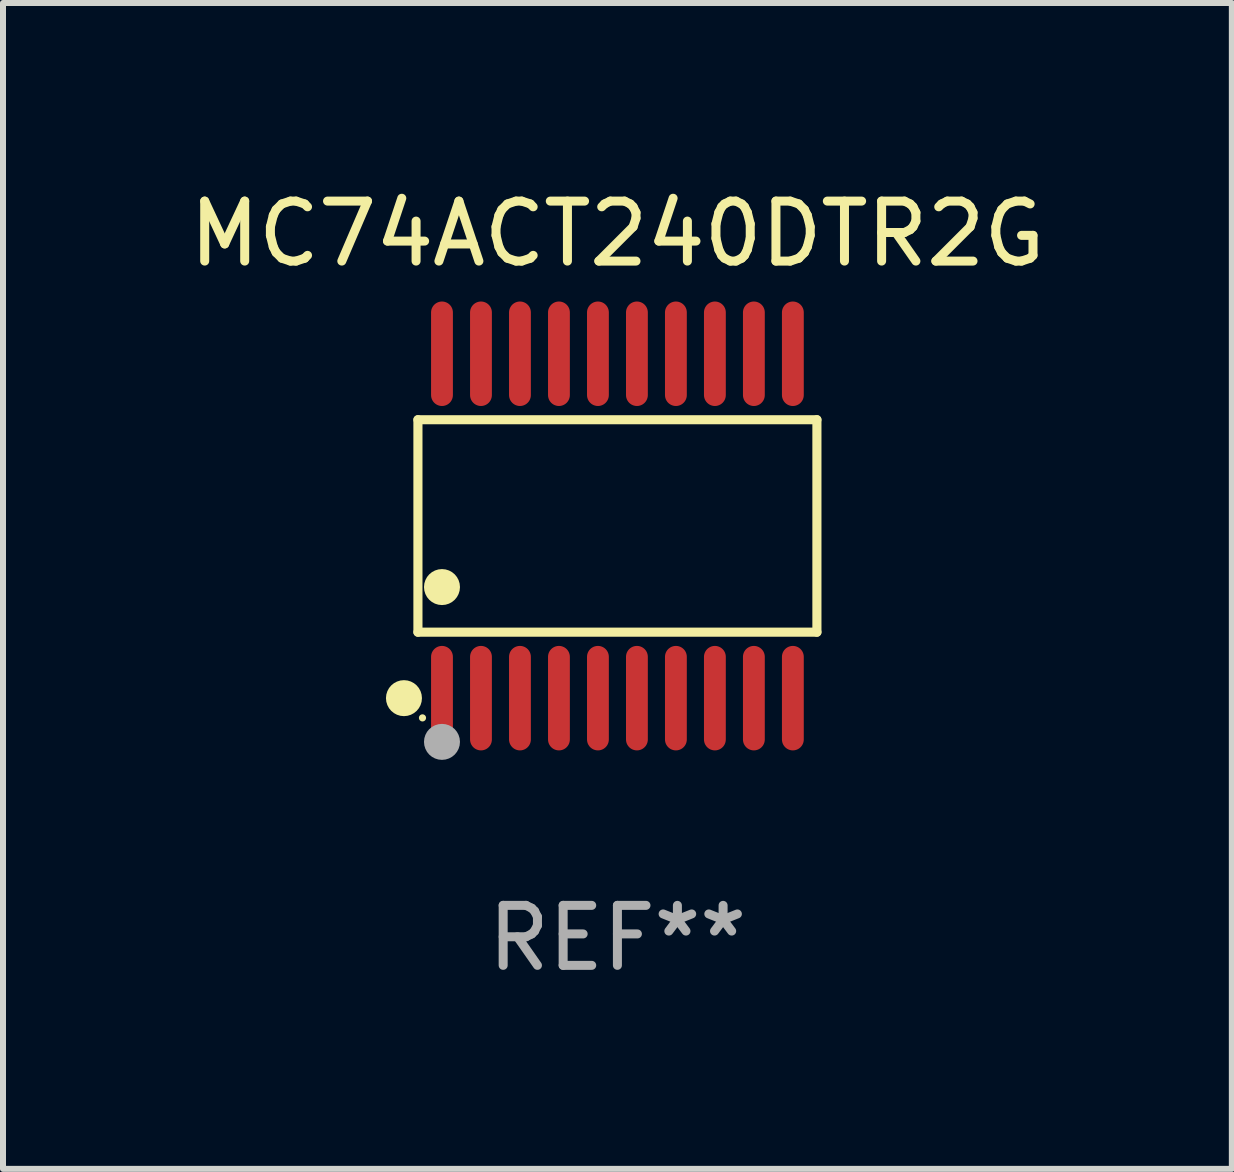
<source format=kicad_pcb>
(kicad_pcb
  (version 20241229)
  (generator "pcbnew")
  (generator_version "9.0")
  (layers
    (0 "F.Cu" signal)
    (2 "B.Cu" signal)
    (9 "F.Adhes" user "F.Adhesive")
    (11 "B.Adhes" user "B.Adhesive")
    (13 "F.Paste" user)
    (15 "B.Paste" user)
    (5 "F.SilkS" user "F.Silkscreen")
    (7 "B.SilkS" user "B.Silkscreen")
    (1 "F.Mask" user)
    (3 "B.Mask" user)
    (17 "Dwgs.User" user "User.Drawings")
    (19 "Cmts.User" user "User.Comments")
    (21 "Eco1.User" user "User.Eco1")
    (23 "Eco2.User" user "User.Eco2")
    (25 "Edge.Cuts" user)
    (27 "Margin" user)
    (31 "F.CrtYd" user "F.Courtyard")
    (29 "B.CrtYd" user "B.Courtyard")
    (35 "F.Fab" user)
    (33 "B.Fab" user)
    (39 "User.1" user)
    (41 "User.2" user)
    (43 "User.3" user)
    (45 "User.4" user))
  (footprint "MC74ACT240DTR2G"
    (layer "F.Cu")
    (at 7.244 5.719)
    (property "Reference" "MC74ACT240DTR2G" (at 0 -4.871 0) (layer "F.SilkS") (effects (font (size 1 1) (thickness 0.15))))
    (attr through_hole)
    (fp_line (start -3.326 -1.771) (end 3.326 -1.771) (stroke (width 0.152) (type solid)) (layer "F.SilkS"))
    (fp_line (start -3.326 1.771) (end -3.326 -1.771) (stroke (width 0.152) (type solid)) (layer "F.SilkS"))
    (fp_line (start 3.326 -1.771) (end 3.326 1.771) (stroke (width 0.152) (type solid)) (layer "F.SilkS"))
    (fp_line (start 3.326 1.771) (end -3.326 1.771) (stroke (width 0.152) (type solid)) (layer "F.SilkS"))
    (fp_circle (center -3.559 2.871) (end -3.409 2.871) (stroke (width 0.3) (type solid)) (fill no) (layer "F.SilkS"))
    (fp_circle (center -3.25 3.2) (end -3.22 3.2) (stroke (width 0.06) (type solid)) (fill no) (layer "F.SilkS"))
    (fp_circle (center -2.925 1.019) (end -2.775 1.019) (stroke (width 0.3) (type solid)) (fill no) (layer "F.SilkS"))
    (fp_circle (center -2.925 3.6) (end -2.775 3.6) (stroke (width 0.3) (type solid)) (fill no) (layer "F.Fab"))
    (fp_text user "REF**" (at 0 6.871 0) (layer "F.Fab") (effects (font (size 1 1) (thickness 0.15))))
    (pad "1" smd oval (at -2.925 2.871) (size 0.364 1.742) (layers "F.Cu" "F.Mask" "F.Paste"))
    (pad "2" smd oval (at -2.275 2.871) (size 0.364 1.742) (layers "F.Cu" "F.Mask" "F.Paste"))
    (pad "3" smd oval (at -1.625 2.871) (size 0.364 1.742) (layers "F.Cu" "F.Mask" "F.Paste"))
    (pad "4" smd oval (at -0.975 2.871) (size 0.364 1.742) (layers "F.Cu" "F.Mask" "F.Paste"))
    (pad "5" smd oval (at -0.325 2.871) (size 0.364 1.742) (layers "F.Cu" "F.Mask" "F.Paste"))
    (pad "6" smd oval (at 0.325 2.871) (size 0.364 1.742) (layers "F.Cu" "F.Mask" "F.Paste"))
    (pad "7" smd oval (at 0.975 2.871) (size 0.364 1.742) (layers "F.Cu" "F.Mask" "F.Paste"))
    (pad "8" smd oval (at 1.625 2.871) (size 0.364 1.742) (layers "F.Cu" "F.Mask" "F.Paste"))
    (pad "9" smd oval (at 2.275 2.871) (size 0.364 1.742) (layers "F.Cu" "F.Mask" "F.Paste"))
    (pad "10" smd oval (at 2.925 2.871) (size 0.364 1.742) (layers "F.Cu" "F.Mask" "F.Paste"))
    (pad "11" smd oval (at 2.925 -2.871) (size 0.364 1.742) (layers "F.Cu" "F.Mask" "F.Paste"))
    (pad "12" smd oval (at 2.275 -2.871) (size 0.364 1.742) (layers "F.Cu" "F.Mask" "F.Paste"))
    (pad "13" smd oval (at 1.625 -2.871) (size 0.364 1.742) (layers "F.Cu" "F.Mask" "F.Paste"))
    (pad "14" smd oval (at 0.975 -2.871) (size 0.364 1.742) (layers "F.Cu" "F.Mask" "F.Paste"))
    (pad "15" smd oval (at 0.325 -2.871) (size 0.364 1.742) (layers "F.Cu" "F.Mask" "F.Paste"))
    (pad "16" smd oval (at -0.325 -2.871) (size 0.364 1.742) (layers "F.Cu" "F.Mask" "F.Paste"))
    (pad "17" smd oval (at -0.975 -2.871) (size 0.364 1.742) (layers "F.Cu" "F.Mask" "F.Paste"))
    (pad "18" smd oval (at -1.625 -2.871) (size 0.364 1.742) (layers "F.Cu" "F.Mask" "F.Paste"))
    (pad "19" smd oval (at -2.275 -2.871) (size 0.364 1.742) (layers "F.Cu" "F.Mask" "F.Paste"))
    (pad "20" smd oval (at -2.925 -2.871) (size 0.364 1.742) (layers "F.Cu" "F.Mask" "F.Paste")))
  (gr_rect
    (start -3 -3)
    (end 17.488 16.438)
    (stroke (width 0.1) (type default))
    (fill no)
    (layer "Edge.Cuts")))
</source>
